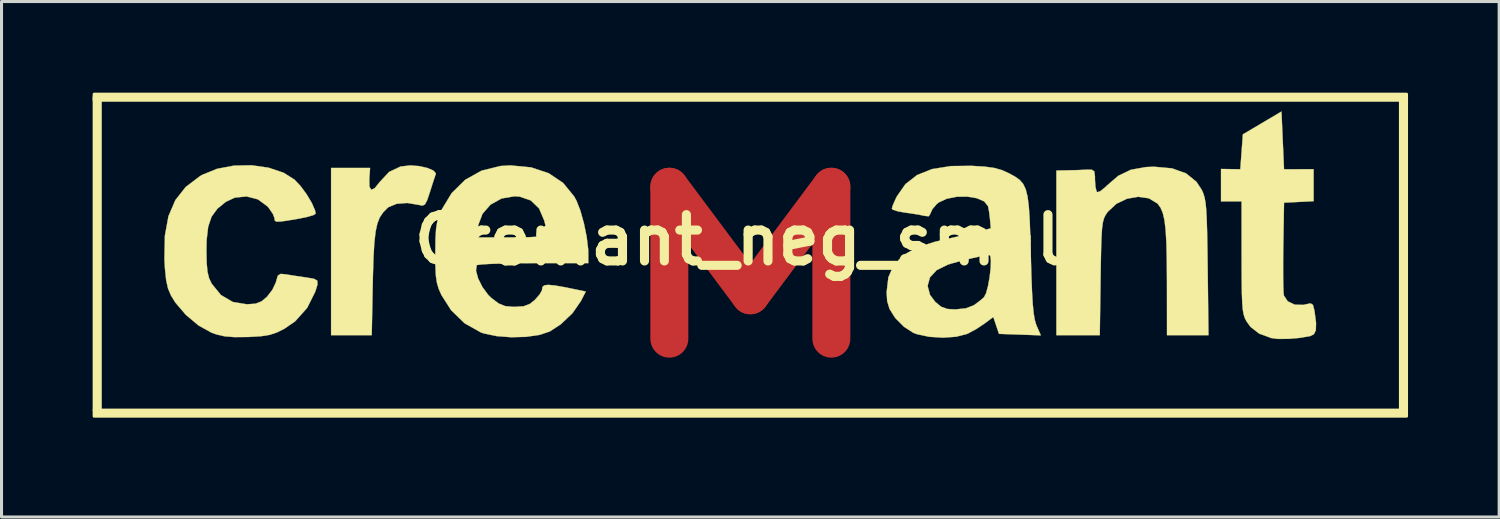
<source format=kicad_pcb>
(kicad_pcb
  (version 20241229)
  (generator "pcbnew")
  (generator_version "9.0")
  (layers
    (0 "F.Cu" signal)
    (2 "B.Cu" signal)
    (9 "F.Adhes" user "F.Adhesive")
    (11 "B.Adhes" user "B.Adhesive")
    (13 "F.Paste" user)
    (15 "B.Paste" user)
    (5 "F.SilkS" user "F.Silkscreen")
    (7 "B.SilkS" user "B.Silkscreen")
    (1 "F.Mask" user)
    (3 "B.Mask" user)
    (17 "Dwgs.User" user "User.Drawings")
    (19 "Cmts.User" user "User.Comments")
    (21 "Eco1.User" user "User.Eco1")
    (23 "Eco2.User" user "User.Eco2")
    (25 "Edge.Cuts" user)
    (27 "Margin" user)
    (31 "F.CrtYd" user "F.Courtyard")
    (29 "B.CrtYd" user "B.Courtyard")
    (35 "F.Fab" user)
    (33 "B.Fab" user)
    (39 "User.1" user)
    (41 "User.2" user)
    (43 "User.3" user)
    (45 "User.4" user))
  (footprint "Cremant_neg_small"
    (layer "F.Cu")
    (at 21.65 4.85)
    (property "Reference" "Cremant_neg_small" (at 0 0 0) (layer "F.SilkS") (effects (font (size 1.524 1.524) (thickness 0.3))))
    (attr through_hole)
    (fp_poly (pts (xy 4 4) (xy -4 4) (xy -4 -3) (xy 4 -3)) (stroke (width 0.1) (type solid)) (fill yes) (layer "F.Mask"))
    (fp_poly (pts (xy -21.4 5.6) (xy -21.6 5.6) (xy -21.6 -4.7) (xy -21.4 -4.7)) (stroke (width 0.1) (type solid)) (fill yes) (layer "F.SilkS"))
    (fp_poly (pts (xy 21.6 -4.6) (xy -21.6 -4.6) (xy -21.6 -4.8) (xy 21.6 -4.8)) (stroke (width 0.1) (type solid)) (fill yes) (layer "F.SilkS"))
    (fp_poly (pts (xy 21.6 5.6) (xy 21.4 5.6) (xy 21.4 -4.7) (xy 21.6 -4.7)) (stroke (width 0.1) (type solid)) (fill yes) (layer "F.SilkS"))
    (fp_poly (pts (xy 21.6 5.8) (xy -21.6 5.8) (xy -21.6 5.6) (xy 21.6 5.6)) (stroke (width 0.1) (type solid)) (fill yes) (layer "F.SilkS"))
    (fp_poly (pts (xy -10.9 -2.432) (xy -10.633 -2.371) (xy -10.436 -2.287) (xy -10.353 -2.195) (xy -10.356 -2.17) (xy -10.399 -2.042) (xy -10.475 -1.809) (xy -10.547 -1.583) (xy -10.637 -1.313) (xy -10.71 -1.173) (xy -10.792 -1.131) (xy -10.912 -1.154) (xy -10.918 -1.156) (xy -11.291 -1.219) (xy -11.643 -1.192) (xy -11.912 -1.081) (xy -11.945 -1.054) (xy -12.086 -0.911) (xy -12.196 -0.748) (xy -12.278 -0.543) (xy -12.337 -0.27) (xy -12.378 0.093) (xy -12.405 0.57) (xy -12.424 1.185) (xy -12.429 1.418) (xy -12.463 3.133) (xy -13.801 3.133) (xy -13.801 -2.371) (xy -12.518 -2.371) (xy -12.543 -2.017) (xy -12.539 -1.755) (xy -12.478 -1.651) (xy -12.362 -1.708) (xy -12.199 -1.911) (xy -11.89 -2.241) (xy -11.514 -2.418) (xy -11.193 -2.455) (xy -10.9 -2.432)) (stroke (width 0.01) (type solid)) (fill yes) (layer "F.SilkS"))
    (fp_poly (pts (xy 17.526 -3.279) (xy 17.568 -2.328) (xy 18.542 -2.33) (xy 18.542 -1.278) (xy 17.568 -1.228) (xy 17.544 0.212) (xy 17.539 0.7) (xy 17.539 1.139) (xy 17.544 1.496) (xy 17.553 1.74) (xy 17.563 1.827) (xy 17.689 2.018) (xy 17.92 2.129) (xy 18.202 2.137) (xy 18.273 2.121) (xy 18.439 2.086) (xy 18.52 2.136) (xy 18.565 2.307) (xy 18.574 2.358) (xy 18.622 2.729) (xy 18.616 2.968) (xy 18.551 3.103) (xy 18.436 3.161) (xy 18.091 3.222) (xy 17.71 3.255) (xy 17.363 3.256) (xy 17.145 3.227) (xy 16.746 3.08) (xy 16.465 2.859) (xy 16.336 2.683) (xy 16.282 2.58) (xy 16.241 2.46) (xy 16.211 2.297) (xy 16.192 2.067) (xy 16.18 1.747) (xy 16.174 1.312) (xy 16.172 0.738) (xy 16.172 0.572) (xy 16.171 -1.27) (xy 15.494 -1.27) (xy 15.494 -2.338) (xy 16.129 -2.328) (xy 16.171 -2.903) (xy 16.214 -3.477) (xy 16.849 -3.853) (xy 17.484 -4.229) (xy 17.526 -3.279)) (stroke (width 0.01) (type solid)) (fill yes) (layer "F.SilkS"))
    (fp_poly (pts (xy 13.879 -2.358) (xy 14.341 -2.194) (xy 14.685 -1.916) (xy 14.859 -1.651) (xy 14.911 -1.535) (xy 14.951 -1.404) (xy 14.983 -1.236) (xy 15.006 -1.009) (xy 15.023 -0.7) (xy 15.036 -0.288) (xy 15.046 0.25) (xy 15.055 0.91) (xy 15.081 3.133) (xy 13.716 3.133) (xy 13.714 1.376) (xy 13.709 0.666) (xy 13.696 0.105) (xy 13.671 -0.328) (xy 13.632 -0.654) (xy 13.576 -0.893) (xy 13.502 -1.067) (xy 13.405 -1.195) (xy 13.396 -1.205) (xy 13.116 -1.373) (xy 12.77 -1.422) (xy 12.4 -1.359) (xy 12.052 -1.193) (xy 11.768 -0.93) (xy 11.746 -0.9) (xy 11.684 -0.805) (xy 11.637 -0.702) (xy 11.602 -0.565) (xy 11.577 -0.372) (xy 11.56 -0.098) (xy 11.547 0.281) (xy 11.537 0.788) (xy 11.53 1.249) (xy 11.503 3.133) (xy 10.075 3.133) (xy 10.075 -2.286) (xy 10.435 -2.293) (xy 10.741 -2.3) (xy 11.03 -2.312) (xy 11.07 -2.314) (xy 11.243 -2.313) (xy 11.323 -2.256) (xy 11.344 -2.096) (xy 11.345 -1.973) (xy 11.361 -1.743) (xy 11.4 -1.595) (xy 11.417 -1.574) (xy 11.514 -1.602) (xy 11.67 -1.725) (xy 11.735 -1.789) (xy 12.112 -2.113) (xy 12.528 -2.312) (xy 13.026 -2.401) (xy 13.293 -2.411) (xy 13.879 -2.358)) (stroke (width 0.01) (type solid)) (fill yes) (layer "F.SilkS"))
    (fp_poly (pts (xy -15.856 -2.379) (xy -15.36 -2.211) (xy -15.007 -1.988) (xy -14.807 -1.777) (xy -14.605 -1.503) (xy -14.435 -1.217) (xy -14.329 -0.972) (xy -14.309 -0.865) (xy -14.385 -0.818) (xy -14.588 -0.759) (xy -14.873 -0.7) (xy -14.903 -0.695) (xy -15.261 -0.635) (xy -15.484 -0.605) (xy -15.605 -0.606) (xy -15.654 -0.639) (xy -15.663 -0.706) (xy -15.663 -0.718) (xy -15.716 -0.857) (xy -15.849 -1.049) (xy -15.901 -1.11) (xy -16.209 -1.337) (xy -16.582 -1.434) (xy -16.97 -1.395) (xy -17.267 -1.256) (xy -17.546 -1.028) (xy -17.735 -0.768) (xy -17.847 -0.438) (xy -17.898 -0.002) (xy -17.905 0.34) (xy -17.897 0.755) (xy -17.87 1.047) (xy -17.817 1.261) (xy -17.731 1.44) (xy -17.427 1.812) (xy -17.038 2.04) (xy -16.576 2.117) (xy -16.289 2.097) (xy -16.089 2.02) (xy -15.91 1.868) (xy -15.734 1.64) (xy -15.618 1.395) (xy -15.608 1.353) (xy -15.554 1.171) (xy -15.454 1.115) (xy -15.291 1.132) (xy -15.041 1.172) (xy -14.73 1.218) (xy -14.626 1.233) (xy -14.371 1.275) (xy -14.255 1.338) (xy -14.249 1.466) (xy -14.322 1.702) (xy -14.589 2.235) (xy -14.982 2.675) (xy -15.338 2.921) (xy -15.591 3.046) (xy -15.828 3.124) (xy -16.107 3.168) (xy -16.488 3.191) (xy -16.552 3.193) (xy -16.983 3.197) (xy -17.306 3.171) (xy -17.578 3.108) (xy -17.742 3.049) (xy -18.166 2.813) (xy -18.58 2.466) (xy -18.928 2.059) (xy -19.075 1.82) (xy -19.169 1.596) (xy -19.231 1.318) (xy -19.27 0.944) (xy -19.287 0.625) (xy -19.272 -0.141) (xy -19.155 -0.782) (xy -18.928 -1.312) (xy -18.586 -1.746) (xy -18.122 -2.098) (xy -18.044 -2.144) (xy -17.554 -2.343) (xy -16.997 -2.448) (xy -16.417 -2.459) (xy -15.856 -2.379)) (stroke (width 0.01) (type solid)) (fill yes) (layer "F.SilkS"))
    (fp_poly (pts (xy -7.217 -2.39) (xy -6.636 -2.196) (xy -6.162 -1.877) (xy -5.802 -1.436) (xy -5.724 -1.295) (xy -5.596 -0.97) (xy -5.478 -0.547) (xy -5.387 -0.101) (xy -5.339 0.298) (xy -5.335 0.402) (xy -5.334 0.762) (xy -7.149 0.762) (xy -7.686 0.765) (xy -8.164 0.774) (xy -8.558 0.787) (xy -8.842 0.804) (xy -8.991 0.823) (xy -9.007 0.831) (xy -9.031 1.01) (xy -8.962 1.265) (xy -8.822 1.545) (xy -8.633 1.802) (xy -8.525 1.908) (xy -8.285 2.09) (xy -8.07 2.177) (xy -7.797 2.201) (xy -7.758 2.201) (xy -7.462 2.181) (xy -7.255 2.102) (xy -7.095 1.974) (xy -6.942 1.801) (xy -6.861 1.661) (xy -6.858 1.64) (xy -6.844 1.548) (xy -6.784 1.494) (xy -6.657 1.477) (xy -6.436 1.497) (xy -6.1 1.556) (xy -5.623 1.654) (xy -5.608 1.657) (xy -5.417 1.697) (xy -5.58 2.013) (xy -5.857 2.412) (xy -6.24 2.775) (xy -6.604 3.012) (xy -6.941 3.124) (xy -7.384 3.188) (xy -7.876 3.201) (xy -8.359 3.163) (xy -8.777 3.075) (xy -8.878 3.039) (xy -9.404 2.743) (xy -9.85 2.311) (xy -10.167 1.814) (xy -10.258 1.61) (xy -10.317 1.411) (xy -10.352 1.175) (xy -10.367 0.857) (xy -10.37 0.423) (xy -10.365 -0.028) (xy -10.349 -0.305) (xy -8.975 -0.305) (xy -8.975 -0.085) (xy -7.832 -0.085) (xy -7.31 -0.091) (xy -6.943 -0.111) (xy -6.736 -0.142) (xy -6.689 -0.174) (xy -6.708 -0.305) (xy -6.757 -0.532) (xy -6.784 -0.641) (xy -6.954 -1.037) (xy -7.227 -1.302) (xy -7.597 -1.428) (xy -7.765 -1.439) (xy -8.191 -1.366) (xy -8.552 -1.165) (xy -8.817 -0.862) (xy -8.959 -0.486) (xy -8.975 -0.305) (xy -10.349 -0.305) (xy -10.346 -0.355) (xy -10.307 -0.602) (xy -10.243 -0.815) (xy -10.176 -0.974) (xy -9.831 -1.544) (xy -9.385 -1.982) (xy -8.847 -2.282) (xy -8.23 -2.435) (xy -7.898 -2.455) (xy -7.217 -2.39)) (stroke (width 0.01) (type solid)) (fill yes) (layer "F.SilkS"))
    (fp_poly (pts (xy 7.711 -2.415) (xy 8.027 -2.372) (xy 8.282 -2.3) (xy 8.516 -2.194) (xy 8.709 -2.089) (xy 8.861 -1.982) (xy 8.978 -1.851) (xy 9.063 -1.675) (xy 9.125 -1.432) (xy 9.167 -1.103) (xy 9.196 -0.665) (xy 9.217 -0.096) (xy 9.233 0.508) (xy 9.252 1.185) (xy 9.273 1.714) (xy 9.297 2.117) (xy 9.327 2.415) (xy 9.363 2.631) (xy 9.409 2.786) (xy 9.422 2.819) (xy 9.562 3.139) (xy 8.185 3.09) (xy 8.092 2.813) (xy 7.998 2.535) (xy 7.703 2.755) (xy 7.439 2.93) (xy 7.167 3.077) (xy 7.123 3.096) (xy 6.773 3.185) (xy 6.337 3.215) (xy 5.884 3.186) (xy 5.484 3.1) (xy 5.36 3.053) (xy 5.058 2.857) (xy 4.783 2.582) (xy 4.747 2.534) (xy 4.58 2.265) (xy 4.504 2.009) (xy 4.487 1.72) (xy 4.511 1.512) (xy 5.835 1.512) (xy 5.915 1.809) (xy 6.089 2.039) (xy 6.283 2.199) (xy 6.491 2.271) (xy 6.748 2.286) (xy 7.094 2.249) (xy 7.356 2.15) (xy 7.368 2.141) (xy 7.561 1.997) (xy 7.691 1.886) (xy 7.76 1.752) (xy 7.824 1.517) (xy 7.876 1.229) (xy 7.91 0.936) (xy 7.92 0.687) (xy 7.9 0.528) (xy 7.874 0.496) (xy 7.757 0.506) (xy 7.525 0.549) (xy 7.225 0.616) (xy 6.905 0.696) (xy 6.613 0.777) (xy 6.498 0.813) (xy 6.134 0.992) (xy 5.911 1.233) (xy 5.835 1.512) (xy 4.511 1.512) (xy 4.544 1.227) (xy 4.722 0.825) (xy 5.03 0.502) (xy 5.479 0.25) (xy 6.079 0.058) (xy 6.182 0.034) (xy 6.593 -0.06) (xy 7.033 -0.164) (xy 7.366 -0.246) (xy 7.916 -0.383) (xy 7.89 -0.678) (xy 7.861 -0.921) (xy 7.826 -1.106) (xy 7.824 -1.113) (xy 7.697 -1.271) (xy 7.454 -1.376) (xy 7.138 -1.428) (xy 6.794 -1.423) (xy 6.467 -1.359) (xy 6.202 -1.236) (xy 6.138 -1.185) (xy 5.993 -1.016) (xy 5.927 -0.873) (xy 5.927 -0.864) (xy 5.873 -0.781) (xy 5.736 -0.794) (xy 5.542 -0.835) (xy 5.26 -0.879) (xy 5.101 -0.9) (xy 4.853 -0.944) (xy 4.692 -0.997) (xy 4.657 -1.031) (xy 4.692 -1.148) (xy 4.782 -1.351) (xy 4.822 -1.432) (xy 5.105 -1.839) (xy 5.489 -2.138) (xy 5.985 -2.335) (xy 6.604 -2.433) (xy 7.279 -2.441) (xy 7.711 -2.415)) (stroke (width 0.01) (type solid)) (fill yes) (layer "F.SilkS"))
    (fp_text user "M" (at 0 1 0) (layer "F.Cu") (effects (font (size 5 8) (thickness 1.25)))))
  (gr_rect
    (start -3 -3)
    (end 46.3 13.969)
    (stroke (width 0.1) (type default))
    (fill no)
    (layer "Edge.Cuts")))
</source>
